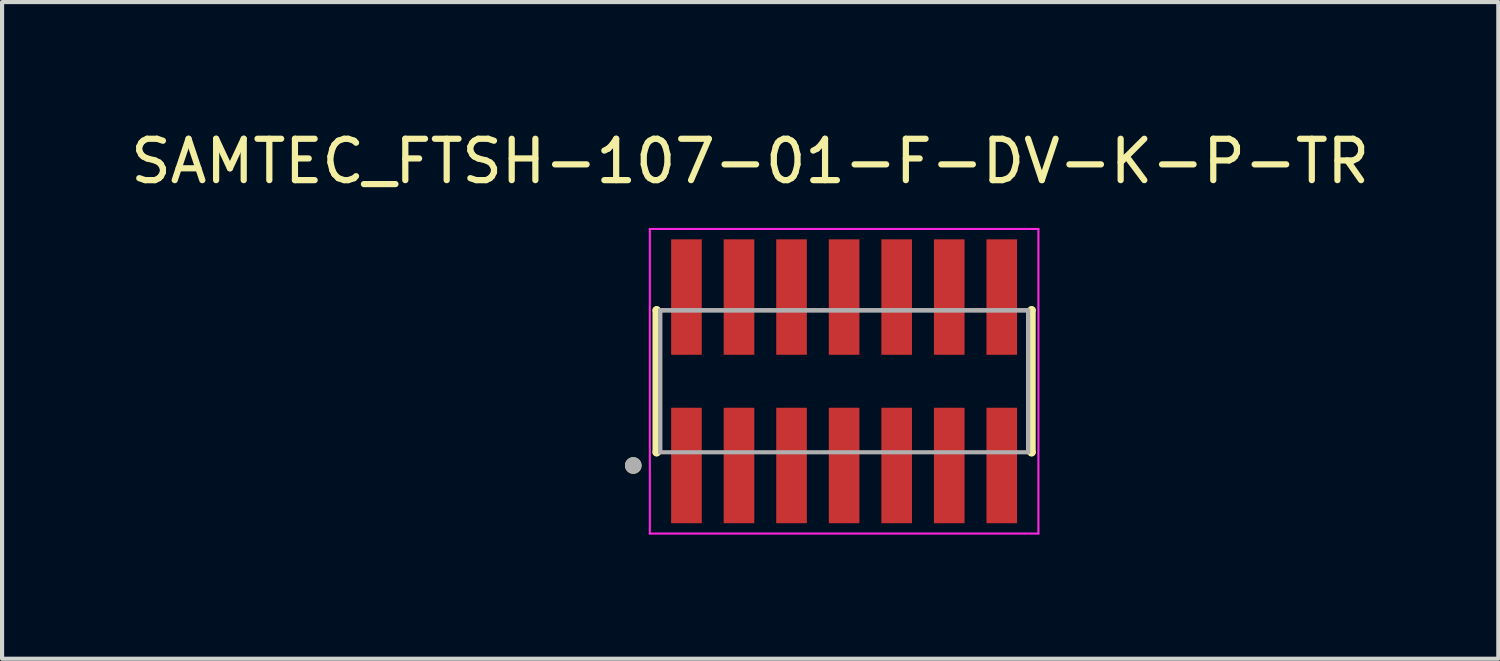
<source format=kicad_pcb>
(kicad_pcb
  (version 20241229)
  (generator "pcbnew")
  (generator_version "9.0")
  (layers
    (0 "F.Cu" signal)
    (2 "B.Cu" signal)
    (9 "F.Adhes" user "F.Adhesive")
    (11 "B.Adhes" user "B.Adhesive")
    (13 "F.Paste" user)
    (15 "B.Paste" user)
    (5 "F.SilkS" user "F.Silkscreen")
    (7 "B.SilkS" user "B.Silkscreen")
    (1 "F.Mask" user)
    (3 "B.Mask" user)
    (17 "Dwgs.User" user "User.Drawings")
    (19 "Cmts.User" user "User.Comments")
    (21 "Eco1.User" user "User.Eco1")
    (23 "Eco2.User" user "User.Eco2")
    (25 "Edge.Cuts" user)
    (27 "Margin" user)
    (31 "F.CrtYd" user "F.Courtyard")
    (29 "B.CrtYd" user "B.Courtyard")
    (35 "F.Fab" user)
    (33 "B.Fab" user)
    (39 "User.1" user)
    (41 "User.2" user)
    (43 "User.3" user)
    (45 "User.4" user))
  (footprint "SAMTEC_FTSH-107-01-F-DV-K-P-TR"
    (layer "F.Cu")
    (at 17.347 6.163)
    (property "Reference" "SAMTEC_FTSH-107-01-F-DV-K-P-TR" (at -2.27 -5.315 0) (layer "F.SilkS") (effects (font (size 1 1) (thickness 0.15))))
    (attr smd)
    (fp_line (start -4.53 -1.715) (end -4.53 -1.715) (stroke (width 0.2) (type solid)) (layer "F.SilkS"))
    (fp_line (start -4.53 1.715) (end -4.53 -1.715) (stroke (width 0.2) (type solid)) (layer "F.SilkS"))
    (fp_line (start -4.53 1.715) (end -4.53 1.715) (stroke (width 0.2) (type solid)) (layer "F.SilkS"))
    (fp_line (start 4.53 -1.715) (end 4.53 -1.715) (stroke (width 0.2) (type solid)) (layer "F.SilkS"))
    (fp_line (start 4.53 -1.715) (end 4.53 1.715) (stroke (width 0.2) (type solid)) (layer "F.SilkS"))
    (fp_line (start 4.53 1.715) (end 4.53 1.715) (stroke (width 0.2) (type solid)) (layer "F.SilkS"))
    (fp_circle (center -5.095 2.035) (end -4.995 2.035) (stroke (width 0.2) (type solid)) (fill no) (layer "F.SilkS"))
    (fp_line (start -4.695 -3.68) (end 4.695 -3.68) (stroke (width 0.05) (type solid)) (layer "F.CrtYd"))
    (fp_line (start -4.695 3.68) (end -4.695 -3.68) (stroke (width 0.05) (type solid)) (layer "F.CrtYd"))
    (fp_line (start 4.695 -3.68) (end 4.695 3.68) (stroke (width 0.05) (type solid)) (layer "F.CrtYd"))
    (fp_line (start 4.695 3.68) (end -4.695 3.68) (stroke (width 0.05) (type solid)) (layer "F.CrtYd"))
    (fp_line (start -4.445 -1.715) (end 4.445 -1.715) (stroke (width 0.1) (type solid)) (layer "F.Fab"))
    (fp_line (start -4.445 -1.715) (end 4.445 -1.715) (stroke (width 0.1) (type solid)) (layer "F.Fab"))
    (fp_line (start -4.445 1.715) (end -4.445 -1.715) (stroke (width 0.1) (type solid)) (layer "F.Fab"))
    (fp_line (start -4.445 1.715) (end -4.445 -1.715) (stroke (width 0.1) (type solid)) (layer "F.Fab"))
    (fp_line (start 4.445 -1.715) (end 4.445 1.715) (stroke (width 0.1) (type solid)) (layer "F.Fab"))
    (fp_line (start 4.445 -1.715) (end 4.445 1.715) (stroke (width 0.1) (type solid)) (layer "F.Fab"))
    (fp_line (start 4.445 1.715) (end -4.445 1.715) (stroke (width 0.1) (type solid)) (layer "F.Fab"))
    (fp_circle (center -5.095 2.035) (end -4.995 2.035) (stroke (width 0.2) (type solid)) (fill no) (layer "F.Fab"))
    (pad "01" smd rect (at -3.81 2.035) (size 0.74 2.79) (layers "F.Cu" "F.Mask" "F.Paste"))
    (pad "02" smd rect (at -3.81 -2.035) (size 0.74 2.79) (layers "F.Cu" "F.Mask" "F.Paste"))
    (pad "03" smd rect (at -2.54 2.035) (size 0.74 2.79) (layers "F.Cu" "F.Mask" "F.Paste"))
    (pad "04" smd rect (at -2.54 -2.035) (size 0.74 2.79) (layers "F.Cu" "F.Mask" "F.Paste"))
    (pad "05" smd rect (at -1.27 2.035) (size 0.74 2.79) (layers "F.Cu" "F.Mask" "F.Paste"))
    (pad "06" smd rect (at -1.27 -2.035) (size 0.74 2.79) (layers "F.Cu" "F.Mask" "F.Paste"))
    (pad "07" smd rect (at 0 2.035) (size 0.74 2.79) (layers "F.Cu" "F.Mask" "F.Paste"))
    (pad "08" smd rect (at 0 -2.035) (size 0.74 2.79) (layers "F.Cu" "F.Mask" "F.Paste"))
    (pad "09" smd rect (at 1.27 2.035) (size 0.74 2.79) (layers "F.Cu" "F.Mask" "F.Paste"))
    (pad "10" smd rect (at 1.27 -2.035) (size 0.74 2.79) (layers "F.Cu" "F.Mask" "F.Paste"))
    (pad "11" smd rect (at 2.54 2.035) (size 0.74 2.79) (layers "F.Cu" "F.Mask" "F.Paste"))
    (pad "12" smd rect (at 2.54 -2.035) (size 0.74 2.79) (layers "F.Cu" "F.Mask" "F.Paste"))
    (pad "13" smd rect (at 3.81 2.035) (size 0.74 2.79) (layers "F.Cu" "F.Mask" "F.Paste"))
    (pad "14" smd rect (at 3.81 -2.035) (size 0.74 2.79) (layers "F.Cu" "F.Mask" "F.Paste")))
  (gr_rect
    (start -3 -3)
    (end 33.155 12.868)
    (stroke (width 0.1) (type default))
    (fill no)
    (layer "Edge.Cuts")))
</source>
